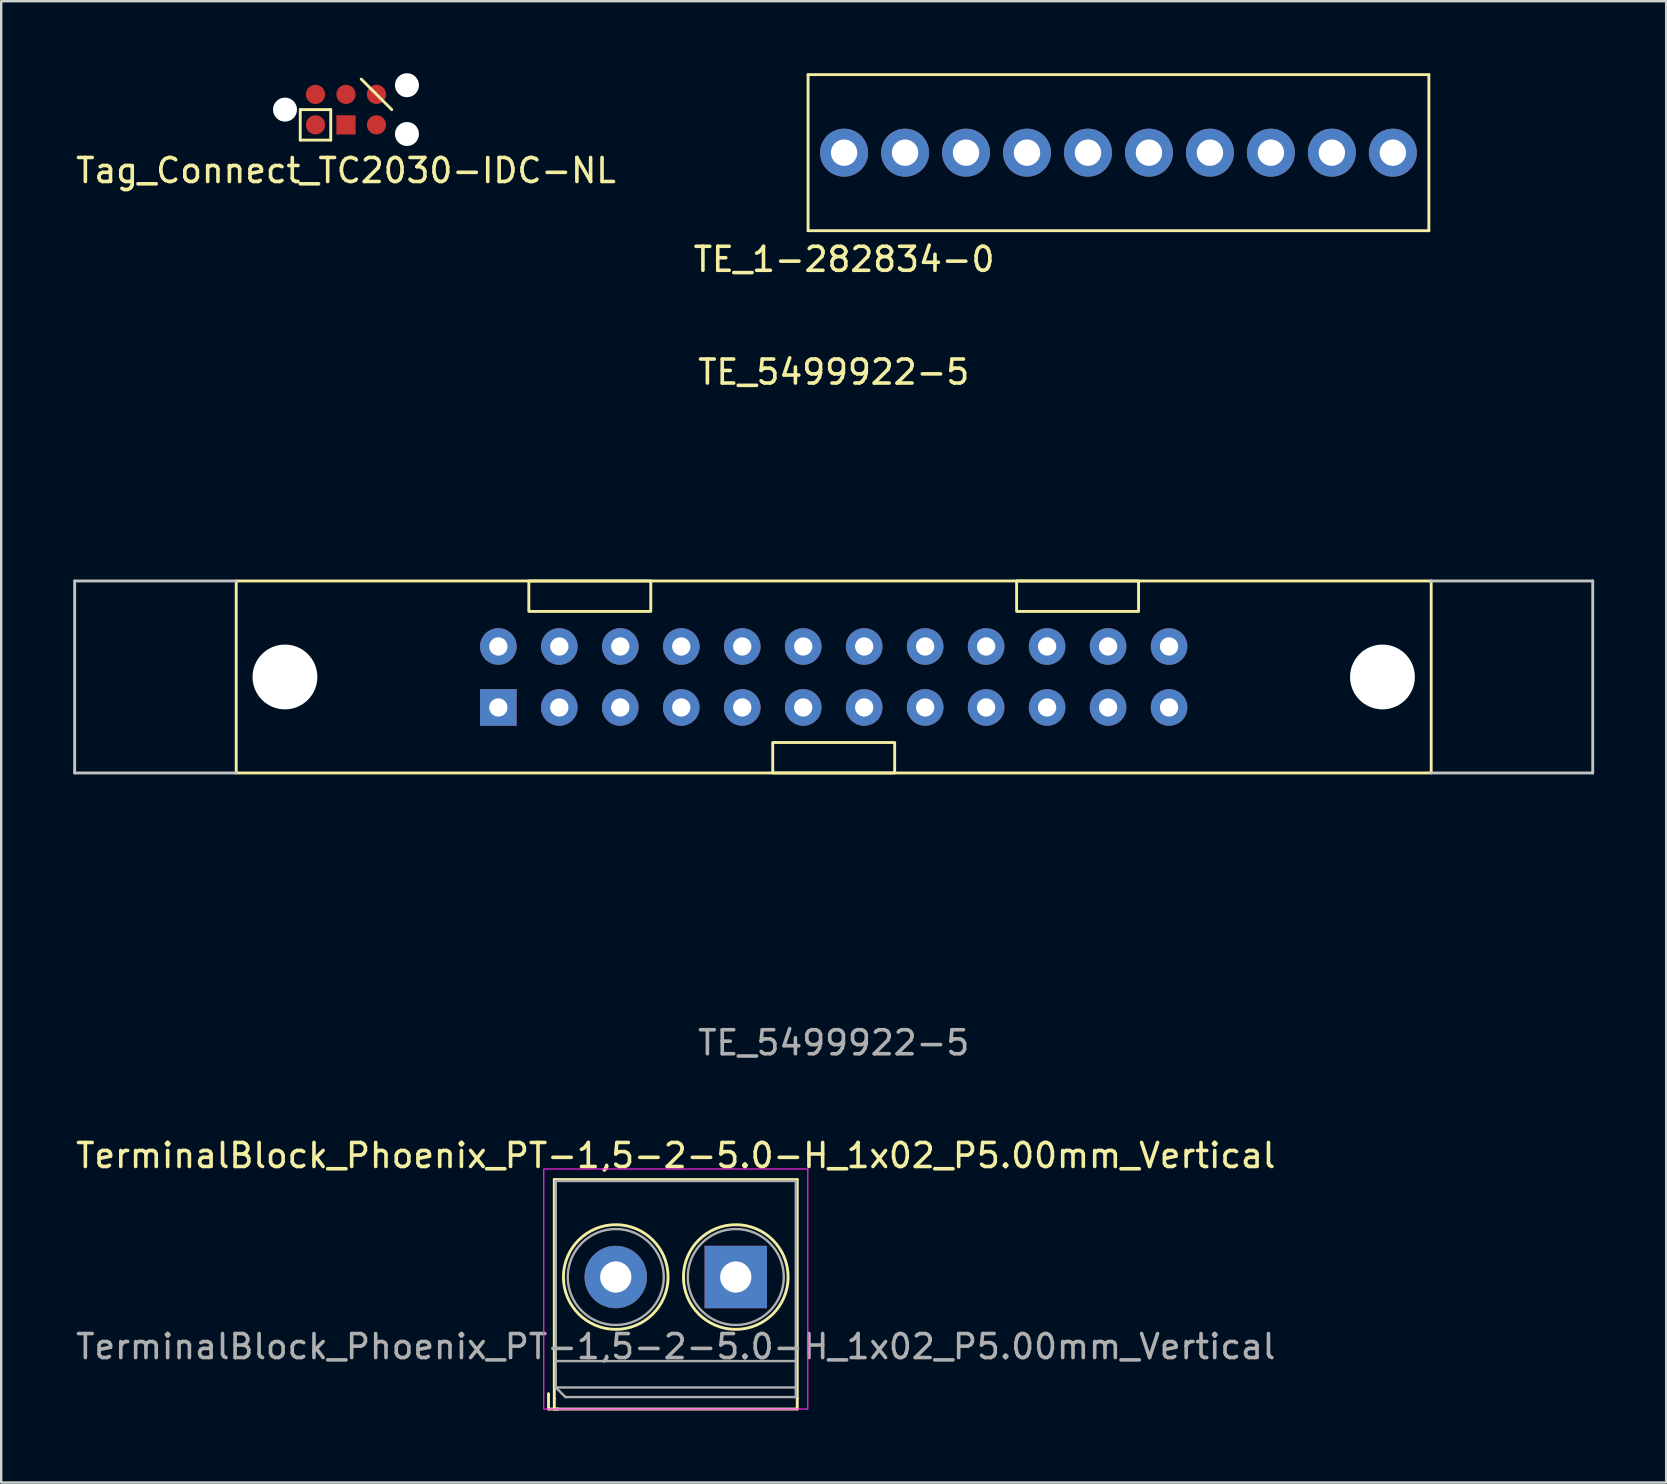
<source format=kicad_pcb>
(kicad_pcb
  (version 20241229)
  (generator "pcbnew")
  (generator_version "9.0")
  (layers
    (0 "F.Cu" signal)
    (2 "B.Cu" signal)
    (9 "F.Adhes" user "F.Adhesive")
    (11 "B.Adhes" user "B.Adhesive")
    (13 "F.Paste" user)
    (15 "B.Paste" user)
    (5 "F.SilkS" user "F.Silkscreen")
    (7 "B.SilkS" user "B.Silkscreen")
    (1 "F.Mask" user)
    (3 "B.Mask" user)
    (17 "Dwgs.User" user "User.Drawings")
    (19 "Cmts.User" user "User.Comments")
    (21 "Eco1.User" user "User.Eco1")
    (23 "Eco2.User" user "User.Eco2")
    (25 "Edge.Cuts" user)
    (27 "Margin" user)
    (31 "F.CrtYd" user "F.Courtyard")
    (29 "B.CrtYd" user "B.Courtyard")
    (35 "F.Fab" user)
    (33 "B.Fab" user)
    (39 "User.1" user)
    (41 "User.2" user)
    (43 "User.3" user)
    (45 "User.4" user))
  (footprint "TE_1-282834-0"
    (layer "F.Cu")
    (at 43.543 3.31)
    (property "Reference" "TE_1-282834-0" (at -11.43 4.445 0) (layer "F.SilkS") (effects (font (size 1 1) (thickness 0.15))))
    (attr through_hole)
    (fp_line (start -12.93 -3.25) (end 12.93 -3.25) (stroke (width 0.12) (type solid)) (layer "F.SilkS"))
    (fp_line (start -12.93 3.25) (end -12.93 -3.25) (stroke (width 0.12) (type solid)) (layer "F.SilkS"))
    (fp_line (start -12.93 3.25) (end 12.93 3.25) (stroke (width 0.12) (type solid)) (layer "F.SilkS"))
    (fp_line (start 12.93 -3.25) (end 12.93 3.25) (stroke (width 0.12) (type solid)) (layer "F.SilkS"))
    (pad "1" thru_hole circle (at -11.43 0) (size 2 2) (drill 1.1) (layers "*.Cu" "*.Mask"))
    (pad "2" thru_hole circle (at -8.89 0) (size 2 2) (drill 1.1) (layers "*.Cu" "*.Mask"))
    (pad "3" thru_hole circle (at -6.35 0) (size 2 2) (drill 1.1) (layers "*.Cu" "*.Mask"))
    (pad "4" thru_hole circle (at -3.81 0) (size 2 2) (drill 1.1) (layers "*.Cu" "*.Mask"))
    (pad "5" thru_hole circle (at -1.27 0) (size 2 2) (drill 1.1) (layers "*.Cu" "*.Mask"))
    (pad "6" thru_hole circle (at 1.27 0) (size 2 2) (drill 1.1) (layers "*.Cu" "*.Mask"))
    (pad "7" thru_hole circle (at 3.81 0) (size 2 2) (drill 1.1) (layers "*.Cu" "*.Mask"))
    (pad "8" thru_hole circle (at 6.35 0) (size 2 2) (drill 1.1) (layers "*.Cu" "*.Mask"))
    (pad "9" thru_hole circle (at 8.89 0) (size 2 2) (drill 1.1) (layers "*.Cu" "*.Mask"))
    (pad "10" thru_hole circle (at 11.43 0) (size 2 2) (drill 1.1) (layers "*.Cu" "*.Mask")))
  (footprint "TE_5499922-5"
    (layer "F.Cu")
    (at 31.68 25.151)
    (property "Reference" "TE_5499922-5" (at 0 -12.7 0) (unlocked yes) (layer "F.SilkS") (effects (font (size 1 1) (thickness 0.15))))
    (attr through_hole)
    (fp_rect (start -24.89 4) (end 24.89 -4) (stroke (width 0.12) (type solid)) (fill no) (layer "F.SilkS"))
    (fp_rect (start -12.7 -4) (end -7.62 -2.73) (stroke (width 0.12) (type solid)) (fill no) (layer "F.SilkS"))
    (fp_rect (start -2.54 4) (end 2.54 2.73) (stroke (width 0.12) (type solid)) (fill no) (layer "F.SilkS"))
    (fp_rect (start 12.7 -4) (end 7.62 -2.73) (stroke (width 0.12) (type solid)) (fill no) (layer "F.SilkS"))
    (fp_line (start -31.62 4) (end -31.62 -4) (stroke (width 0.12) (type solid)) (layer "Dwgs.User"))
    (fp_line (start -24.89 -4) (end -31.62 -4) (stroke (width 0.12) (type solid)) (layer "Dwgs.User"))
    (fp_line (start -24.89 4) (end -31.62 4) (stroke (width 0.12) (type solid)) (layer "Dwgs.User"))
    (fp_line (start 24.89 -4) (end 31.62 -4) (stroke (width 0.12) (type solid)) (layer "Dwgs.User"))
    (fp_line (start 24.89 4) (end 31.62 4) (stroke (width 0.12) (type solid)) (layer "Dwgs.User"))
    (fp_line (start 31.62 4) (end 31.62 -4) (stroke (width 0.12) (type solid)) (layer "Dwgs.User"))
    (fp_text user "${REFERENCE}" (at 0 15.24 0) (unlocked yes) (layer "F.Fab") (effects (font (size 1 1) (thickness 0.15))))
    (pad "" np_thru_hole circle (at -22.86 0) (size 2.7 2.7) (drill 2.7) (layers "*.Cu" "*.Mask"))
    (pad "" np_thru_hole circle (at 22.86 0) (size 2.7 2.7) (drill 2.7) (layers "*.Cu" "*.Mask"))
    (pad "1" thru_hole rect (at -13.97 1.27) (size 1.524 1.524) (drill 0.762) (layers "*.Cu" "*.Mask"))
    (pad "2" thru_hole circle (at -13.97 -1.27) (size 1.524 1.524) (drill 0.762) (layers "*.Cu" "*.Mask"))
    (pad "3" thru_hole circle (at -11.43 1.27) (size 1.524 1.524) (drill 0.762) (layers "*.Cu" "*.Mask"))
    (pad "4" thru_hole circle (at -11.43 -1.27) (size 1.524 1.524) (drill 0.762) (layers "*.Cu" "*.Mask"))
    (pad "5" thru_hole circle (at -8.89 1.27) (size 1.524 1.524) (drill 0.762) (layers "*.Cu" "*.Mask"))
    (pad "6" thru_hole circle (at -8.89 -1.27) (size 1.524 1.524) (drill 0.762) (layers "*.Cu" "*.Mask"))
    (pad "7" thru_hole circle (at -6.35 1.27) (size 1.524 1.524) (drill 0.762) (layers "*.Cu" "*.Mask"))
    (pad "8" thru_hole circle (at -6.35 -1.27) (size 1.524 1.524) (drill 0.762) (layers "*.Cu" "*.Mask"))
    (pad "9" thru_hole circle (at -3.81 1.27) (size 1.524 1.524) (drill 0.762) (layers "*.Cu" "*.Mask"))
    (pad "10" thru_hole circle (at -3.81 -1.27) (size 1.524 1.524) (drill 0.762) (layers "*.Cu" "*.Mask"))
    (pad "11" thru_hole circle (at -1.27 1.27) (size 1.524 1.524) (drill 0.762) (layers "*.Cu" "*.Mask"))
    (pad "12" thru_hole circle (at -1.27 -1.27) (size 1.524 1.524) (drill 0.762) (layers "*.Cu" "*.Mask"))
    (pad "13" thru_hole circle (at 1.27 1.27) (size 1.524 1.524) (drill 0.762) (layers "*.Cu" "*.Mask"))
    (pad "14" thru_hole circle (at 1.27 -1.27) (size 1.524 1.524) (drill 0.762) (layers "*.Cu" "*.Mask"))
    (pad "15" thru_hole circle (at 3.81 1.27) (size 1.524 1.524) (drill 0.762) (layers "*.Cu" "*.Mask"))
    (pad "16" thru_hole circle (at 3.81 -1.27) (size 1.524 1.524) (drill 0.762) (layers "*.Cu" "*.Mask"))
    (pad "17" thru_hole circle (at 6.35 1.27) (size 1.524 1.524) (drill 0.762) (layers "*.Cu" "*.Mask"))
    (pad "18" thru_hole circle (at 6.35 -1.27) (size 1.524 1.524) (drill 0.762) (layers "*.Cu" "*.Mask"))
    (pad "19" thru_hole circle (at 8.89 1.27) (size 1.524 1.524) (drill 0.762) (layers "*.Cu" "*.Mask"))
    (pad "20" thru_hole circle (at 8.89 -1.27) (size 1.524 1.524) (drill 0.762) (layers "*.Cu" "*.Mask"))
    (pad "21" thru_hole circle (at 11.43 1.27) (size 1.524 1.524) (drill 0.762) (layers "*.Cu" "*.Mask"))
    (pad "22" thru_hole circle (at 11.43 -1.27) (size 1.524 1.524) (drill 0.762) (layers "*.Cu" "*.Mask"))
    (pad "23" thru_hole circle (at 13.97 1.27) (size 1.524 1.524) (drill 0.762) (layers "*.Cu" "*.Mask"))
    (pad "24" thru_hole circle (at 13.97 -1.27) (size 1.524 1.524) (drill 0.762) (layers "*.Cu" "*.Mask")))
  (footprint "Tag_Connect_TC2030-IDC-NL"
    (layer "F.Cu")
    (at 8.823 1.516)
    (property "Reference" "Tag_Connect_TC2030-IDC-NL" (at 2.54 2.54 0) (layer "F.SilkS") (effects (font (size 1 1) (thickness 0.15))))
    (attr through_hole)
    (fp_line (start 0.635 0) (end 1.905 0) (stroke (width 0.12) (type solid)) (layer "F.SilkS"))
    (fp_line (start 0.635 1.27) (end 0.635 0) (stroke (width 0.12) (type solid)) (layer "F.SilkS"))
    (fp_line (start 1.905 0) (end 1.905 1.27) (stroke (width 0.12) (type solid)) (layer "F.SilkS"))
    (fp_line (start 1.905 1.27) (end 0.635 1.27) (stroke (width 0.12) (type solid)) (layer "F.SilkS"))
    (fp_line (start 3.175 -1.27) (end 4.445 0) (stroke (width 0.12) (type solid)) (layer "F.SilkS"))
    (pad "" np_thru_hole circle (at 0 0) (size 1 1) (drill 1) (layers "*.Cu" "*.Mask"))
    (pad "" np_thru_hole circle (at 5.08 -1.016) (size 1 1) (drill 1) (layers "*.Cu" "*.Mask"))
    (pad "" np_thru_hole circle (at 5.08 1.016) (size 1 1) (drill 1) (layers "*.Cu" "*.Mask"))
    (pad "1" smd circle (at 1.27 0.635) (size 0.8 0.8) (layers "F.Cu" "F.Mask" "F.Paste"))
    (pad "2" smd circle (at 1.27 -0.635) (size 0.8 0.8) (layers "F.Cu" "F.Mask" "F.Paste"))
    (pad "3" smd rect (at 2.54 0.635) (size 0.8 0.8) (layers "F.Cu" "F.Mask" "F.Paste"))
    (pad "4" smd circle (at 2.54 -0.635) (size 0.8 0.8) (layers "F.Cu" "F.Mask" "F.Paste"))
    (pad "5" smd circle (at 3.81 0.635) (size 0.8 0.8) (layers "F.Cu" "F.Mask" "F.Paste"))
    (pad "6" smd circle (at 3.81 -0.635) (size 0.8 0.8) (layers "F.Cu" "F.Mask" "F.Paste")))
  (footprint "TerminalBlock_Phoenix_PT-1,5-2-5.0-H_1x02_P5.00mm_Vertical"
    (layer "F.Cu")
    (at 22.601 50.148)
    (property "Reference" "TerminalBlock_Phoenix_PT-1,5-2-5.0-H_1x02_P5.00mm_Vertical" (at 2.5 -5.06 0) (layer "F.SilkS") (effects (font (size 1 1) (thickness 0.15))))
    (attr through_hole)
    (fp_line (start -2.8 4.86) (end -2.8 5.5) (stroke (width 0.12) (type solid)) (layer "F.SilkS"))
    (fp_line (start -2.8 5.5) (end -2.4 5.5) (stroke (width 0.12) (type solid)) (layer "F.SilkS"))
    (fp_line (start -2.56 -4.06) (end -2.56 5.06) (stroke (width 0.12) (type solid)) (layer "F.SilkS"))
    (fp_line (start -2.56 -4.06) (end 7.56 -4.06) (stroke (width 0.12) (type solid)) (layer "F.SilkS"))
    (fp_line (start -2.56 5.06) (end -2.56 5.5) (stroke (width 0.12) (type solid)) (layer "F.SilkS"))
    (fp_line (start -2.56 5.5) (end 7.56 5.5) (stroke (width 0.12) (type solid)) (layer "F.SilkS"))
    (fp_line (start 7.56 -4.06) (end 7.56 5.06) (stroke (width 0.12) (type solid)) (layer "F.SilkS"))
    (fp_line (start 7.56 5.06) (end 7.56 5.5) (stroke (width 0.12) (type solid)) (layer "F.SilkS"))
    (fp_circle (center 0 0) (end 2.18 0) (stroke (width 0.12) (type solid)) (fill no) (layer "F.SilkS"))
    (fp_circle (center 5 0) (end 7.18 0) (stroke (width 0.12) (type solid)) (fill no) (layer "F.SilkS"))
    (fp_rect (start -3 -4.5) (end 8 5.5) (stroke (width 0.05) (type solid)) (fill no) (layer "F.CrtYd"))
    (fp_line (start -2.5 -4) (end 7.5 -4) (stroke (width 0.1) (type solid)) (layer "F.Fab"))
    (fp_line (start -2.5 3.5) (end 7.5 3.5) (stroke (width 0.1) (type solid)) (layer "F.Fab"))
    (fp_line (start -2.5 4.6) (end -2.5 -4) (stroke (width 0.1) (type solid)) (layer "F.Fab"))
    (fp_line (start -2.5 4.6) (end 7.5 4.6) (stroke (width 0.1) (type solid)) (layer "F.Fab"))
    (fp_line (start -2.1 5) (end -2.5 4.6) (stroke (width 0.1) (type solid)) (layer "F.Fab"))
    (fp_line (start 7.5 -4) (end 7.5 5) (stroke (width 0.1) (type solid)) (layer "F.Fab"))
    (fp_line (start 7.5 5) (end -2.1 5) (stroke (width 0.1) (type solid)) (layer "F.Fab"))
    (fp_circle (center 0 0) (end 2 0) (stroke (width 0.1) (type solid)) (fill no) (layer "F.Fab"))
    (fp_circle (center 5 0) (end 7 0) (stroke (width 0.1) (type solid)) (fill no) (layer "F.Fab"))
    (fp_text user "${REFERENCE}" (at 2.5 2.9 0) (layer "F.Fab") (effects (font (size 1 1) (thickness 0.15))))
    (pad "1" thru_hole circle (at 0 0) (size 2.6 2.6) (drill 1.3) (layers "*.Cu" "*.Mask"))
    (pad "2" thru_hole rect (at 5 0) (size 2.6 2.6) (drill 1.3) (layers "*.Cu" "*.Mask")))
  (gr_rect
    (start -3 -3)
    (end 66.36 58.708)
    (stroke (width 0.1) (type default))
    (fill no)
    (layer "Edge.Cuts")))
</source>
